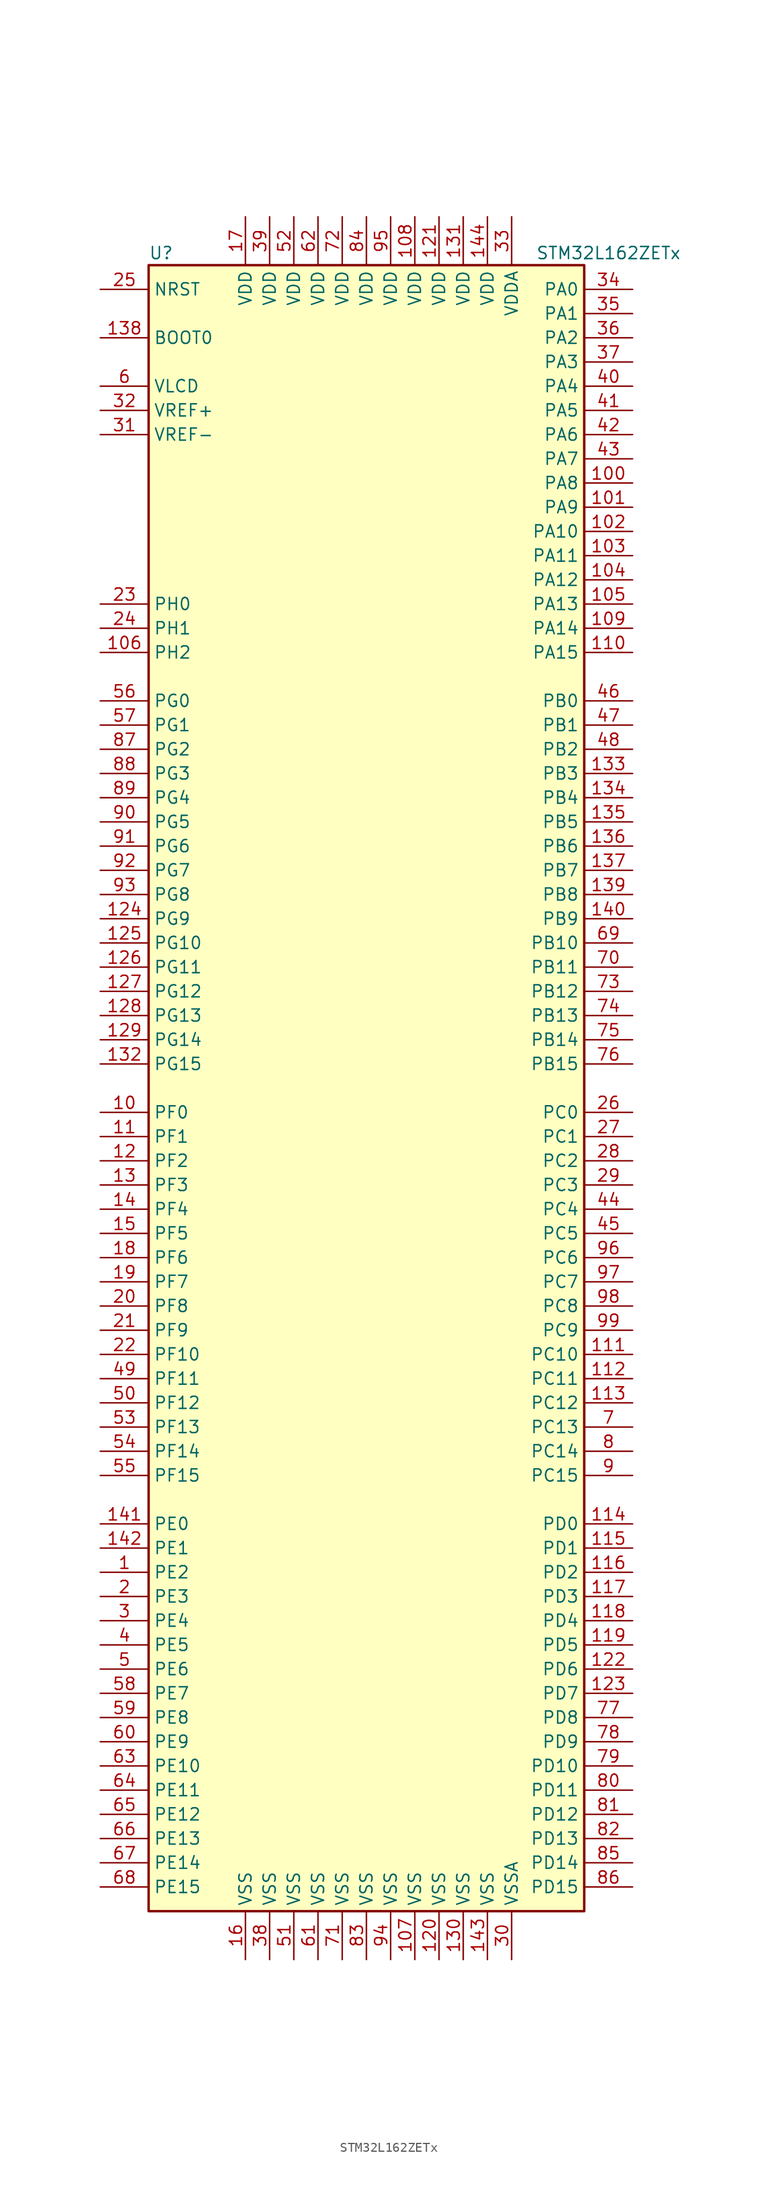
<source format=kicad_sym>
(kicad_symbol_lib
  (version 20201005)
  (generator kicad_symbol_editor)
  (symbol "STM32L162ZETx"
    (property "Reference" "U"
      (at -22.86 87.63 0)
      (effects (font (size 1.27 1.27)) (justify left)))
    (property "Value" "STM32L162ZETx"
      (at 17.78 87.63 0)
      (effects (font (size 1.27 1.27)) (justify left)))
    (symbol "STM32L162ZETx_0_1"
      (rectangle (start -22.86 -86.36) (end 22.86 86.36) (stroke (width 0.254)) (fill (type background))))
    (symbol "STM32L162ZETx_1_1"
      (pin bidirectional line (at -27.94 -50.8 0) (length 5.08) (name "PE2" (effects (font (size 1.27 1.27)))) (number "1" (effects (font (size 1.27 1.27)))))
      (pin bidirectional line (at -27.94 -2.54 0) (length 5.08) (name "PF0" (effects (font (size 1.27 1.27)))) (number "10" (effects (font (size 1.27 1.27)))))
      (pin bidirectional line (at 27.94 63.5 180) (length 5.08) (name "PA8" (effects (font (size 1.27 1.27)))) (number "100" (effects (font (size 1.27 1.27)))))
      (pin bidirectional line (at 27.94 60.96 180) (length 5.08) (name "PA9" (effects (font (size 1.27 1.27)))) (number "101" (effects (font (size 1.27 1.27)))))
      (pin bidirectional line (at 27.94 58.42 180) (length 5.08) (name "PA10" (effects (font (size 1.27 1.27)))) (number "102" (effects (font (size 1.27 1.27)))))
      (pin bidirectional line (at 27.94 55.88 180) (length 5.08) (name "PA11" (effects (font (size 1.27 1.27)))) (number "103" (effects (font (size 1.27 1.27)))))
      (pin bidirectional line (at 27.94 53.34 180) (length 5.08) (name "PA12" (effects (font (size 1.27 1.27)))) (number "104" (effects (font (size 1.27 1.27)))))
      (pin bidirectional line (at 27.94 50.8 180) (length 5.08) (name "PA13" (effects (font (size 1.27 1.27)))) (number "105" (effects (font (size 1.27 1.27)))))
      (pin bidirectional line (at -27.94 45.72 0) (length 5.08) (name "PH2" (effects (font (size 1.27 1.27)))) (number "106" (effects (font (size 1.27 1.27)))))
      (pin power_in line (at 5.08 -91.44 90) (length 5.08) (name "VSS" (effects (font (size 1.27 1.27)))) (number "107" (effects (font (size 1.27 1.27)))))
      (pin power_in line (at 5.08 91.44 270) (length 5.08) (name "VDD" (effects (font (size 1.27 1.27)))) (number "108" (effects (font (size 1.27 1.27)))))
      (pin bidirectional line (at 27.94 48.26 180) (length 5.08) (name "PA14" (effects (font (size 1.27 1.27)))) (number "109" (effects (font (size 1.27 1.27)))))
      (pin bidirectional line (at -27.94 -5.08 0) (length 5.08) (name "PF1" (effects (font (size 1.27 1.27)))) (number "11" (effects (font (size 1.27 1.27)))))
      (pin bidirectional line (at 27.94 45.72 180) (length 5.08) (name "PA15" (effects (font (size 1.27 1.27)))) (number "110" (effects (font (size 1.27 1.27)))))
      (pin bidirectional line (at 27.94 -27.94 180) (length 5.08) (name "PC10" (effects (font (size 1.27 1.27)))) (number "111" (effects (font (size 1.27 1.27)))))
      (pin bidirectional line (at 27.94 -30.48 180) (length 5.08) (name "PC11" (effects (font (size 1.27 1.27)))) (number "112" (effects (font (size 1.27 1.27)))))
      (pin bidirectional line (at 27.94 -33.02 180) (length 5.08) (name "PC12" (effects (font (size 1.27 1.27)))) (number "113" (effects (font (size 1.27 1.27)))))
      (pin bidirectional line (at 27.94 -45.72 180) (length 5.08) (name "PD0" (effects (font (size 1.27 1.27)))) (number "114" (effects (font (size 1.27 1.27)))))
      (pin bidirectional line (at 27.94 -48.26 180) (length 5.08) (name "PD1" (effects (font (size 1.27 1.27)))) (number "115" (effects (font (size 1.27 1.27)))))
      (pin bidirectional line (at 27.94 -50.8 180) (length 5.08) (name "PD2" (effects (font (size 1.27 1.27)))) (number "116" (effects (font (size 1.27 1.27)))))
      (pin bidirectional line (at 27.94 -53.34 180) (length 5.08) (name "PD3" (effects (font (size 1.27 1.27)))) (number "117" (effects (font (size 1.27 1.27)))))
      (pin bidirectional line (at 27.94 -55.88 180) (length 5.08) (name "PD4" (effects (font (size 1.27 1.27)))) (number "118" (effects (font (size 1.27 1.27)))))
      (pin bidirectional line (at 27.94 -58.42 180) (length 5.08) (name "PD5" (effects (font (size 1.27 1.27)))) (number "119" (effects (font (size 1.27 1.27)))))
      (pin bidirectional line (at -27.94 -7.62 0) (length 5.08) (name "PF2" (effects (font (size 1.27 1.27)))) (number "12" (effects (font (size 1.27 1.27)))))
      (pin power_in line (at 7.62 -91.44 90) (length 5.08) (name "VSS" (effects (font (size 1.27 1.27)))) (number "120" (effects (font (size 1.27 1.27)))))
      (pin power_in line (at 7.62 91.44 270) (length 5.08) (name "VDD" (effects (font (size 1.27 1.27)))) (number "121" (effects (font (size 1.27 1.27)))))
      (pin bidirectional line (at 27.94 -60.96 180) (length 5.08) (name "PD6" (effects (font (size 1.27 1.27)))) (number "122" (effects (font (size 1.27 1.27)))))
      (pin bidirectional line (at 27.94 -63.5 180) (length 5.08) (name "PD7" (effects (font (size 1.27 1.27)))) (number "123" (effects (font (size 1.27 1.27)))))
      (pin bidirectional line (at -27.94 17.78 0) (length 5.08) (name "PG9" (effects (font (size 1.27 1.27)))) (number "124" (effects (font (size 1.27 1.27)))))
      (pin bidirectional line (at -27.94 15.24 0) (length 5.08) (name "PG10" (effects (font (size 1.27 1.27)))) (number "125" (effects (font (size 1.27 1.27)))))
      (pin bidirectional line (at -27.94 12.7 0) (length 5.08) (name "PG11" (effects (font (size 1.27 1.27)))) (number "126" (effects (font (size 1.27 1.27)))))
      (pin bidirectional line (at -27.94 10.16 0) (length 5.08) (name "PG12" (effects (font (size 1.27 1.27)))) (number "127" (effects (font (size 1.27 1.27)))))
      (pin bidirectional line (at -27.94 7.62 0) (length 5.08) (name "PG13" (effects (font (size 1.27 1.27)))) (number "128" (effects (font (size 1.27 1.27)))))
      (pin bidirectional line (at -27.94 5.08 0) (length 5.08) (name "PG14" (effects (font (size 1.27 1.27)))) (number "129" (effects (font (size 1.27 1.27)))))
      (pin bidirectional line (at -27.94 -10.16 0) (length 5.08) (name "PF3" (effects (font (size 1.27 1.27)))) (number "13" (effects (font (size 1.27 1.27)))))
      (pin power_in line (at 10.16 -91.44 90) (length 5.08) (name "VSS" (effects (font (size 1.27 1.27)))) (number "130" (effects (font (size 1.27 1.27)))))
      (pin power_in line (at 10.16 91.44 270) (length 5.08) (name "VDD" (effects (font (size 1.27 1.27)))) (number "131" (effects (font (size 1.27 1.27)))))
      (pin bidirectional line (at -27.94 2.54 0) (length 5.08) (name "PG15" (effects (font (size 1.27 1.27)))) (number "132" (effects (font (size 1.27 1.27)))))
      (pin bidirectional line (at 27.94 33.02 180) (length 5.08) (name "PB3" (effects (font (size 1.27 1.27)))) (number "133" (effects (font (size 1.27 1.27)))))
      (pin bidirectional line (at 27.94 30.48 180) (length 5.08) (name "PB4" (effects (font (size 1.27 1.27)))) (number "134" (effects (font (size 1.27 1.27)))))
      (pin bidirectional line (at 27.94 27.94 180) (length 5.08) (name "PB5" (effects (font (size 1.27 1.27)))) (number "135" (effects (font (size 1.27 1.27)))))
      (pin bidirectional line (at 27.94 25.4 180) (length 5.08) (name "PB6" (effects (font (size 1.27 1.27)))) (number "136" (effects (font (size 1.27 1.27)))))
      (pin bidirectional line (at 27.94 22.86 180) (length 5.08) (name "PB7" (effects (font (size 1.27 1.27)))) (number "137" (effects (font (size 1.27 1.27)))))
      (pin input line (at -27.94 78.74 0) (length 5.08) (name "BOOT0" (effects (font (size 1.27 1.27)))) (number "138" (effects (font (size 1.27 1.27)))))
      (pin bidirectional line (at 27.94 20.32 180) (length 5.08) (name "PB8" (effects (font (size 1.27 1.27)))) (number "139" (effects (font (size 1.27 1.27)))))
      (pin bidirectional line (at -27.94 -12.7 0) (length 5.08) (name "PF4" (effects (font (size 1.27 1.27)))) (number "14" (effects (font (size 1.27 1.27)))))
      (pin bidirectional line (at 27.94 17.78 180) (length 5.08) (name "PB9" (effects (font (size 1.27 1.27)))) (number "140" (effects (font (size 1.27 1.27)))))
      (pin bidirectional line (at -27.94 -45.72 0) (length 5.08) (name "PE0" (effects (font (size 1.27 1.27)))) (number "141" (effects (font (size 1.27 1.27)))))
      (pin bidirectional line (at -27.94 -48.26 0) (length 5.08) (name "PE1" (effects (font (size 1.27 1.27)))) (number "142" (effects (font (size 1.27 1.27)))))
      (pin power_in line (at 12.7 -91.44 90) (length 5.08) (name "VSS" (effects (font (size 1.27 1.27)))) (number "143" (effects (font (size 1.27 1.27)))))
      (pin power_in line (at 12.7 91.44 270) (length 5.08) (name "VDD" (effects (font (size 1.27 1.27)))) (number "144" (effects (font (size 1.27 1.27)))))
      (pin bidirectional line (at -27.94 -15.24 0) (length 5.08) (name "PF5" (effects (font (size 1.27 1.27)))) (number "15" (effects (font (size 1.27 1.27)))))
      (pin power_in line (at -12.7 -91.44 90) (length 5.08) (name "VSS" (effects (font (size 1.27 1.27)))) (number "16" (effects (font (size 1.27 1.27)))))
      (pin power_in line (at -12.7 91.44 270) (length 5.08) (name "VDD" (effects (font (size 1.27 1.27)))) (number "17" (effects (font (size 1.27 1.27)))))
      (pin bidirectional line (at -27.94 -17.78 0) (length 5.08) (name "PF6" (effects (font (size 1.27 1.27)))) (number "18" (effects (font (size 1.27 1.27)))))
      (pin bidirectional line (at -27.94 -20.32 0) (length 5.08) (name "PF7" (effects (font (size 1.27 1.27)))) (number "19" (effects (font (size 1.27 1.27)))))
      (pin bidirectional line (at -27.94 -53.34 0) (length 5.08) (name "PE3" (effects (font (size 1.27 1.27)))) (number "2" (effects (font (size 1.27 1.27)))))
      (pin bidirectional line (at -27.94 -22.86 0) (length 5.08) (name "PF8" (effects (font (size 1.27 1.27)))) (number "20" (effects (font (size 1.27 1.27)))))
      (pin bidirectional line (at -27.94 -25.4 0) (length 5.08) (name "PF9" (effects (font (size 1.27 1.27)))) (number "21" (effects (font (size 1.27 1.27)))))
      (pin bidirectional line (at -27.94 -27.94 0) (length 5.08) (name "PF10" (effects (font (size 1.27 1.27)))) (number "22" (effects (font (size 1.27 1.27)))))
      (pin input line (at -27.94 50.8 0) (length 5.08) (name "PH0" (effects (font (size 1.27 1.27)))) (number "23" (effects (font (size 1.27 1.27)))))
      (pin input line (at -27.94 48.26 0) (length 5.08) (name "PH1" (effects (font (size 1.27 1.27)))) (number "24" (effects (font (size 1.27 1.27)))))
      (pin input line (at -27.94 83.82 0) (length 5.08) (name "NRST" (effects (font (size 1.27 1.27)))) (number "25" (effects (font (size 1.27 1.27)))))
      (pin bidirectional line (at 27.94 -2.54 180) (length 5.08) (name "PC0" (effects (font (size 1.27 1.27)))) (number "26" (effects (font (size 1.27 1.27)))))
      (pin bidirectional line (at 27.94 -5.08 180) (length 5.08) (name "PC1" (effects (font (size 1.27 1.27)))) (number "27" (effects (font (size 1.27 1.27)))))
      (pin bidirectional line (at 27.94 -7.62 180) (length 5.08) (name "PC2" (effects (font (size 1.27 1.27)))) (number "28" (effects (font (size 1.27 1.27)))))
      (pin bidirectional line (at 27.94 -10.16 180) (length 5.08) (name "PC3" (effects (font (size 1.27 1.27)))) (number "29" (effects (font (size 1.27 1.27)))))
      (pin bidirectional line (at -27.94 -55.88 0) (length 5.08) (name "PE4" (effects (font (size 1.27 1.27)))) (number "3" (effects (font (size 1.27 1.27)))))
      (pin power_in line (at 15.24 -91.44 90) (length 5.08) (name "VSSA" (effects (font (size 1.27 1.27)))) (number "30" (effects (font (size 1.27 1.27)))))
      (pin power_in line (at -27.94 68.58 0) (length 5.08) (name "VREF-" (effects (font (size 1.27 1.27)))) (number "31" (effects (font (size 1.27 1.27)))))
      (pin power_in line (at -27.94 71.12 0) (length 5.08) (name "VREF+" (effects (font (size 1.27 1.27)))) (number "32" (effects (font (size 1.27 1.27)))))
      (pin power_in line (at 15.24 91.44 270) (length 5.08) (name "VDDA" (effects (font (size 1.27 1.27)))) (number "33" (effects (font (size 1.27 1.27)))))
      (pin bidirectional line (at 27.94 83.82 180) (length 5.08) (name "PA0" (effects (font (size 1.27 1.27)))) (number "34" (effects (font (size 1.27 1.27)))))
      (pin bidirectional line (at 27.94 81.28 180) (length 5.08) (name "PA1" (effects (font (size 1.27 1.27)))) (number "35" (effects (font (size 1.27 1.27)))))
      (pin bidirectional line (at 27.94 78.74 180) (length 5.08) (name "PA2" (effects (font (size 1.27 1.27)))) (number "36" (effects (font (size 1.27 1.27)))))
      (pin bidirectional line (at 27.94 76.2 180) (length 5.08) (name "PA3" (effects (font (size 1.27 1.27)))) (number "37" (effects (font (size 1.27 1.27)))))
      (pin power_in line (at -10.16 -91.44 90) (length 5.08) (name "VSS" (effects (font (size 1.27 1.27)))) (number "38" (effects (font (size 1.27 1.27)))))
      (pin power_in line (at -10.16 91.44 270) (length 5.08) (name "VDD" (effects (font (size 1.27 1.27)))) (number "39" (effects (font (size 1.27 1.27)))))
      (pin bidirectional line (at -27.94 -58.42 0) (length 5.08) (name "PE5" (effects (font (size 1.27 1.27)))) (number "4" (effects (font (size 1.27 1.27)))))
      (pin bidirectional line (at 27.94 73.66 180) (length 5.08) (name "PA4" (effects (font (size 1.27 1.27)))) (number "40" (effects (font (size 1.27 1.27)))))
      (pin bidirectional line (at 27.94 71.12 180) (length 5.08) (name "PA5" (effects (font (size 1.27 1.27)))) (number "41" (effects (font (size 1.27 1.27)))))
      (pin bidirectional line (at 27.94 68.58 180) (length 5.08) (name "PA6" (effects (font (size 1.27 1.27)))) (number "42" (effects (font (size 1.27 1.27)))))
      (pin bidirectional line (at 27.94 66.04 180) (length 5.08) (name "PA7" (effects (font (size 1.27 1.27)))) (number "43" (effects (font (size 1.27 1.27)))))
      (pin bidirectional line (at 27.94 -12.7 180) (length 5.08) (name "PC4" (effects (font (size 1.27 1.27)))) (number "44" (effects (font (size 1.27 1.27)))))
      (pin bidirectional line (at 27.94 -15.24 180) (length 5.08) (name "PC5" (effects (font (size 1.27 1.27)))) (number "45" (effects (font (size 1.27 1.27)))))
      (pin bidirectional line (at 27.94 40.64 180) (length 5.08) (name "PB0" (effects (font (size 1.27 1.27)))) (number "46" (effects (font (size 1.27 1.27)))))
      (pin bidirectional line (at 27.94 38.1 180) (length 5.08) (name "PB1" (effects (font (size 1.27 1.27)))) (number "47" (effects (font (size 1.27 1.27)))))
      (pin bidirectional line (at 27.94 35.56 180) (length 5.08) (name "PB2" (effects (font (size 1.27 1.27)))) (number "48" (effects (font (size 1.27 1.27)))))
      (pin bidirectional line (at -27.94 -30.48 0) (length 5.08) (name "PF11" (effects (font (size 1.27 1.27)))) (number "49" (effects (font (size 1.27 1.27)))))
      (pin bidirectional line (at -27.94 -60.96 0) (length 5.08) (name "PE6" (effects (font (size 1.27 1.27)))) (number "5" (effects (font (size 1.27 1.27)))))
      (pin bidirectional line (at -27.94 -33.02 0) (length 5.08) (name "PF12" (effects (font (size 1.27 1.27)))) (number "50" (effects (font (size 1.27 1.27)))))
      (pin power_in line (at -7.62 -91.44 90) (length 5.08) (name "VSS" (effects (font (size 1.27 1.27)))) (number "51" (effects (font (size 1.27 1.27)))))
      (pin power_in line (at -7.62 91.44 270) (length 5.08) (name "VDD" (effects (font (size 1.27 1.27)))) (number "52" (effects (font (size 1.27 1.27)))))
      (pin bidirectional line (at -27.94 -35.56 0) (length 5.08) (name "PF13" (effects (font (size 1.27 1.27)))) (number "53" (effects (font (size 1.27 1.27)))))
      (pin bidirectional line (at -27.94 -38.1 0) (length 5.08) (name "PF14" (effects (font (size 1.27 1.27)))) (number "54" (effects (font (size 1.27 1.27)))))
      (pin bidirectional line (at -27.94 -40.64 0) (length 5.08) (name "PF15" (effects (font (size 1.27 1.27)))) (number "55" (effects (font (size 1.27 1.27)))))
      (pin bidirectional line (at -27.94 40.64 0) (length 5.08) (name "PG0" (effects (font (size 1.27 1.27)))) (number "56" (effects (font (size 1.27 1.27)))))
      (pin bidirectional line (at -27.94 38.1 0) (length 5.08) (name "PG1" (effects (font (size 1.27 1.27)))) (number "57" (effects (font (size 1.27 1.27)))))
      (pin bidirectional line (at -27.94 -63.5 0) (length 5.08) (name "PE7" (effects (font (size 1.27 1.27)))) (number "58" (effects (font (size 1.27 1.27)))))
      (pin bidirectional line (at -27.94 -66.04 0) (length 5.08) (name "PE8" (effects (font (size 1.27 1.27)))) (number "59" (effects (font (size 1.27 1.27)))))
      (pin power_in line (at -27.94 73.66 0) (length 5.08) (name "VLCD" (effects (font (size 1.27 1.27)))) (number "6" (effects (font (size 1.27 1.27)))))
      (pin bidirectional line (at -27.94 -68.58 0) (length 5.08) (name "PE9" (effects (font (size 1.27 1.27)))) (number "60" (effects (font (size 1.27 1.27)))))
      (pin power_in line (at -5.08 -91.44 90) (length 5.08) (name "VSS" (effects (font (size 1.27 1.27)))) (number "61" (effects (font (size 1.27 1.27)))))
      (pin power_in line (at -5.08 91.44 270) (length 5.08) (name "VDD" (effects (font (size 1.27 1.27)))) (number "62" (effects (font (size 1.27 1.27)))))
      (pin bidirectional line (at -27.94 -71.12 0) (length 5.08) (name "PE10" (effects (font (size 1.27 1.27)))) (number "63" (effects (font (size 1.27 1.27)))))
      (pin bidirectional line (at -27.94 -73.66 0) (length 5.08) (name "PE11" (effects (font (size 1.27 1.27)))) (number "64" (effects (font (size 1.27 1.27)))))
      (pin bidirectional line (at -27.94 -76.2 0) (length 5.08) (name "PE12" (effects (font (size 1.27 1.27)))) (number "65" (effects (font (size 1.27 1.27)))))
      (pin bidirectional line (at -27.94 -78.74 0) (length 5.08) (name "PE13" (effects (font (size 1.27 1.27)))) (number "66" (effects (font (size 1.27 1.27)))))
      (pin bidirectional line (at -27.94 -81.28 0) (length 5.08) (name "PE14" (effects (font (size 1.27 1.27)))) (number "67" (effects (font (size 1.27 1.27)))))
      (pin bidirectional line (at -27.94 -83.82 0) (length 5.08) (name "PE15" (effects (font (size 1.27 1.27)))) (number "68" (effects (font (size 1.27 1.27)))))
      (pin bidirectional line (at 27.94 15.24 180) (length 5.08) (name "PB10" (effects (font (size 1.27 1.27)))) (number "69" (effects (font (size 1.27 1.27)))))
      (pin bidirectional line (at 27.94 -35.56 180) (length 5.08) (name "PC13" (effects (font (size 1.27 1.27)))) (number "7" (effects (font (size 1.27 1.27)))))
      (pin bidirectional line (at 27.94 12.7 180) (length 5.08) (name "PB11" (effects (font (size 1.27 1.27)))) (number "70" (effects (font (size 1.27 1.27)))))
      (pin power_in line (at -2.54 -91.44 90) (length 5.08) (name "VSS" (effects (font (size 1.27 1.27)))) (number "71" (effects (font (size 1.27 1.27)))))
      (pin power_in line (at -2.54 91.44 270) (length 5.08) (name "VDD" (effects (font (size 1.27 1.27)))) (number "72" (effects (font (size 1.27 1.27)))))
      (pin bidirectional line (at 27.94 10.16 180) (length 5.08) (name "PB12" (effects (font (size 1.27 1.27)))) (number "73" (effects (font (size 1.27 1.27)))))
      (pin bidirectional line (at 27.94 7.62 180) (length 5.08) (name "PB13" (effects (font (size 1.27 1.27)))) (number "74" (effects (font (size 1.27 1.27)))))
      (pin bidirectional line (at 27.94 5.08 180) (length 5.08) (name "PB14" (effects (font (size 1.27 1.27)))) (number "75" (effects (font (size 1.27 1.27)))))
      (pin bidirectional line (at 27.94 2.54 180) (length 5.08) (name "PB15" (effects (font (size 1.27 1.27)))) (number "76" (effects (font (size 1.27 1.27)))))
      (pin bidirectional line (at 27.94 -66.04 180) (length 5.08) (name "PD8" (effects (font (size 1.27 1.27)))) (number "77" (effects (font (size 1.27 1.27)))))
      (pin bidirectional line (at 27.94 -68.58 180) (length 5.08) (name "PD9" (effects (font (size 1.27 1.27)))) (number "78" (effects (font (size 1.27 1.27)))))
      (pin bidirectional line (at 27.94 -71.12 180) (length 5.08) (name "PD10" (effects (font (size 1.27 1.27)))) (number "79" (effects (font (size 1.27 1.27)))))
      (pin bidirectional line (at 27.94 -38.1 180) (length 5.08) (name "PC14" (effects (font (size 1.27 1.27)))) (number "8" (effects (font (size 1.27 1.27)))))
      (pin bidirectional line (at 27.94 -73.66 180) (length 5.08) (name "PD11" (effects (font (size 1.27 1.27)))) (number "80" (effects (font (size 1.27 1.27)))))
      (pin bidirectional line (at 27.94 -76.2 180) (length 5.08) (name "PD12" (effects (font (size 1.27 1.27)))) (number "81" (effects (font (size 1.27 1.27)))))
      (pin bidirectional line (at 27.94 -78.74 180) (length 5.08) (name "PD13" (effects (font (size 1.27 1.27)))) (number "82" (effects (font (size 1.27 1.27)))))
      (pin power_in line (at 0 -91.44 90) (length 5.08) (name "VSS" (effects (font (size 1.27 1.27)))) (number "83" (effects (font (size 1.27 1.27)))))
      (pin power_in line (at 0 91.44 270) (length 5.08) (name "VDD" (effects (font (size 1.27 1.27)))) (number "84" (effects (font (size 1.27 1.27)))))
      (pin bidirectional line (at 27.94 -81.28 180) (length 5.08) (name "PD14" (effects (font (size 1.27 1.27)))) (number "85" (effects (font (size 1.27 1.27)))))
      (pin bidirectional line (at 27.94 -83.82 180) (length 5.08) (name "PD15" (effects (font (size 1.27 1.27)))) (number "86" (effects (font (size 1.27 1.27)))))
      (pin bidirectional line (at -27.94 35.56 0) (length 5.08) (name "PG2" (effects (font (size 1.27 1.27)))) (number "87" (effects (font (size 1.27 1.27)))))
      (pin bidirectional line (at -27.94 33.02 0) (length 5.08) (name "PG3" (effects (font (size 1.27 1.27)))) (number "88" (effects (font (size 1.27 1.27)))))
      (pin bidirectional line (at -27.94 30.48 0) (length 5.08) (name "PG4" (effects (font (size 1.27 1.27)))) (number "89" (effects (font (size 1.27 1.27)))))
      (pin bidirectional line (at 27.94 -40.64 180) (length 5.08) (name "PC15" (effects (font (size 1.27 1.27)))) (number "9" (effects (font (size 1.27 1.27)))))
      (pin bidirectional line (at -27.94 27.94 0) (length 5.08) (name "PG5" (effects (font (size 1.27 1.27)))) (number "90" (effects (font (size 1.27 1.27)))))
      (pin bidirectional line (at -27.94 25.4 0) (length 5.08) (name "PG6" (effects (font (size 1.27 1.27)))) (number "91" (effects (font (size 1.27 1.27)))))
      (pin bidirectional line (at -27.94 22.86 0) (length 5.08) (name "PG7" (effects (font (size 1.27 1.27)))) (number "92" (effects (font (size 1.27 1.27)))))
      (pin bidirectional line (at -27.94 20.32 0) (length 5.08) (name "PG8" (effects (font (size 1.27 1.27)))) (number "93" (effects (font (size 1.27 1.27)))))
      (pin power_in line (at 2.54 -91.44 90) (length 5.08) (name "VSS" (effects (font (size 1.27 1.27)))) (number "94" (effects (font (size 1.27 1.27)))))
      (pin power_in line (at 2.54 91.44 270) (length 5.08) (name "VDD" (effects (font (size 1.27 1.27)))) (number "95" (effects (font (size 1.27 1.27)))))
      (pin bidirectional line (at 27.94 -17.78 180) (length 5.08) (name "PC6" (effects (font (size 1.27 1.27)))) (number "96" (effects (font (size 1.27 1.27)))))
      (pin bidirectional line (at 27.94 -20.32 180) (length 5.08) (name "PC7" (effects (font (size 1.27 1.27)))) (number "97" (effects (font (size 1.27 1.27)))))
      (pin bidirectional line (at 27.94 -22.86 180) (length 5.08) (name "PC8" (effects (font (size 1.27 1.27)))) (number "98" (effects (font (size 1.27 1.27)))))
      (pin bidirectional line (at 27.94 -25.4 180) (length 5.08) (name "PC9" (effects (font (size 1.27 1.27)))) (number "99" (effects (font (size 1.27 1.27))))))))
</source>
